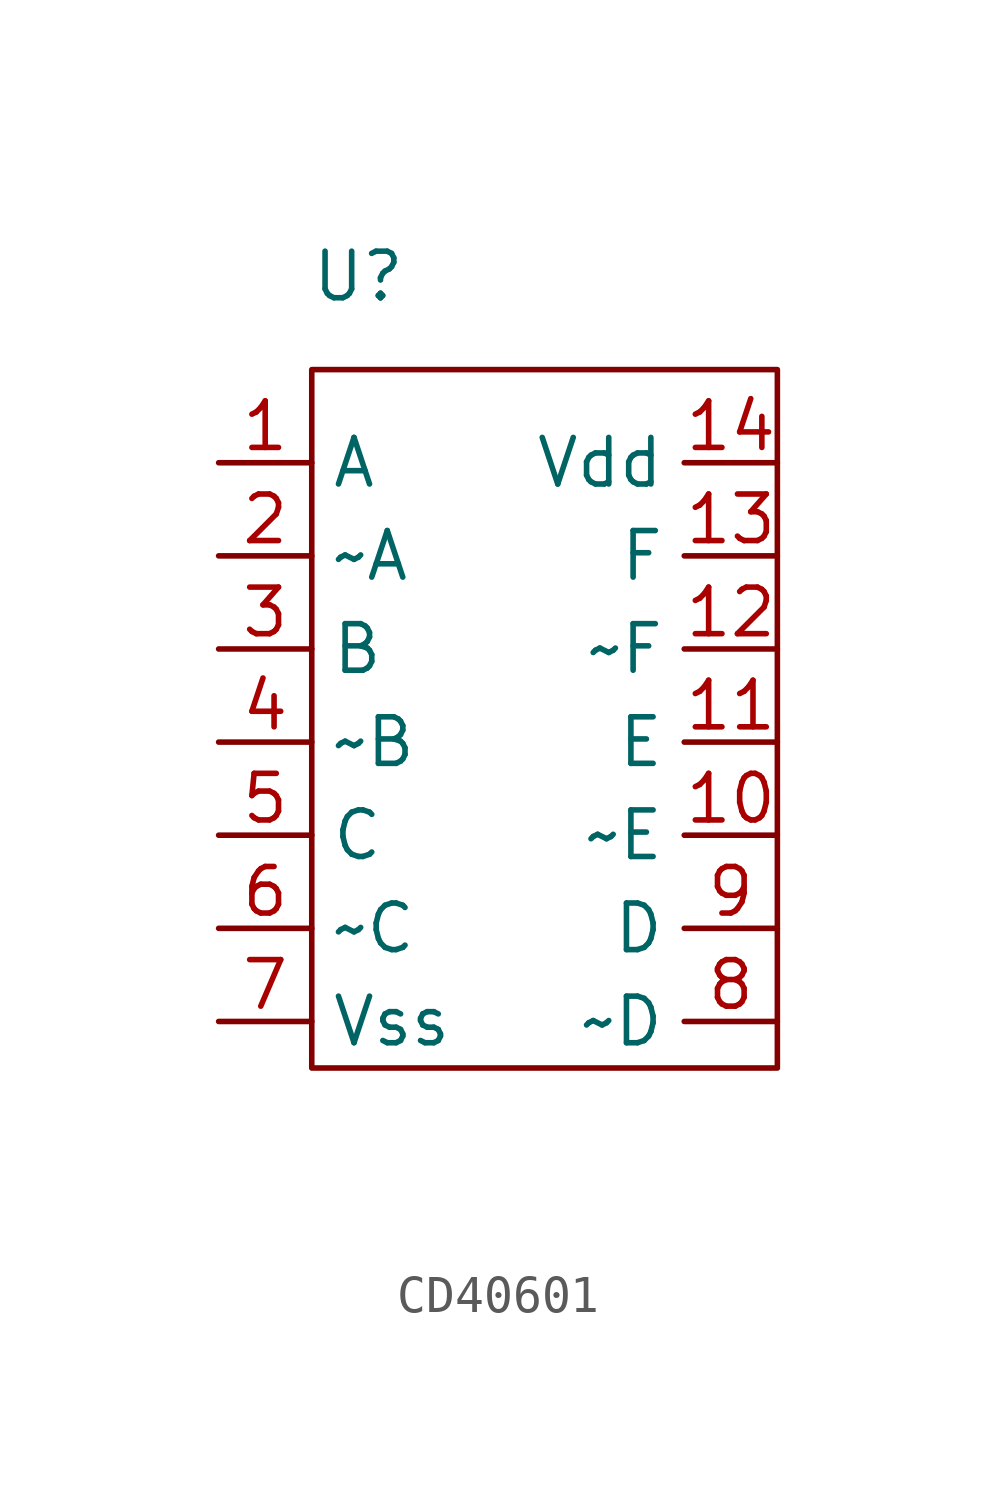
<source format=kicad_sym>
(kicad_symbol_lib
  (version 20220914)
  (generator kicad_symbol_editor)
  (symbol "CD40601"
    (property "Reference" "U"
      (at -5.08 12.7 0)
      (effects (font (size 1.27 1.27))))
    (property "Value" ""
      (at 3.81 -11.43 0)
      (effects (font (size 1.27 1.27))))
    (symbol "CD40601_1_1"
      (rectangle (start -6.35 10.16) (end 6.35 -8.89) (stroke (width 0) (type default)) (fill (type none)))
      (pin input line (at -8.89 7.62 0) (length 2.54) (name "A" (effects (font (size 1.27 1.27)))) (number "1" (effects (font (size 1.27 1.27)))))
      (pin input line (at 6.35 -2.54 180) (length 2.54) (name "~E" (effects (font (size 1.27 1.27)))) (number "10" (effects (font (size 1.27 1.27)))))
      (pin input line (at 6.35 0 180) (length 2.54) (name "E" (effects (font (size 1.27 1.27)))) (number "11" (effects (font (size 1.27 1.27)))))
      (pin input line (at 6.35 2.54 180) (length 2.54) (name "~F" (effects (font (size 1.27 1.27)))) (number "12" (effects (font (size 1.27 1.27)))))
      (pin input line (at 6.35 5.08 180) (length 2.54) (name "F" (effects (font (size 1.27 1.27)))) (number "13" (effects (font (size 1.27 1.27)))))
      (pin input line (at 6.35 7.62 180) (length 2.54) (name "Vdd" (effects (font (size 1.27 1.27)))) (number "14" (effects (font (size 1.27 1.27)))))
      (pin input line (at -8.89 5.08 0) (length 2.54) (name "~A" (effects (font (size 1.27 1.27)))) (number "2" (effects (font (size 1.27 1.27)))))
      (pin input line (at -8.89 2.54 0) (length 2.54) (name "B" (effects (font (size 1.27 1.27)))) (number "3" (effects (font (size 1.27 1.27)))))
      (pin input line (at -8.89 0 0) (length 2.54) (name "~B" (effects (font (size 1.27 1.27)))) (number "4" (effects (font (size 1.27 1.27)))))
      (pin input line (at -8.89 -2.54 0) (length 2.54) (name "C" (effects (font (size 1.27 1.27)))) (number "5" (effects (font (size 1.27 1.27)))))
      (pin input line (at -8.89 -5.08 0) (length 2.54) (name "~C" (effects (font (size 1.27 1.27)))) (number "6" (effects (font (size 1.27 1.27)))))
      (pin input line (at -8.89 -7.62 0) (length 2.54) (name "Vss" (effects (font (size 1.27 1.27)))) (number "7" (effects (font (size 1.27 1.27)))))
      (pin input line (at 6.35 -7.62 180) (length 2.54) (name "~D" (effects (font (size 1.27 1.27)))) (number "8" (effects (font (size 1.27 1.27)))))
      (pin input line (at 6.35 -5.08 180) (length 2.54) (name "D" (effects (font (size 1.27 1.27)))) (number "9" (effects (font (size 1.27 1.27))))))))
</source>
